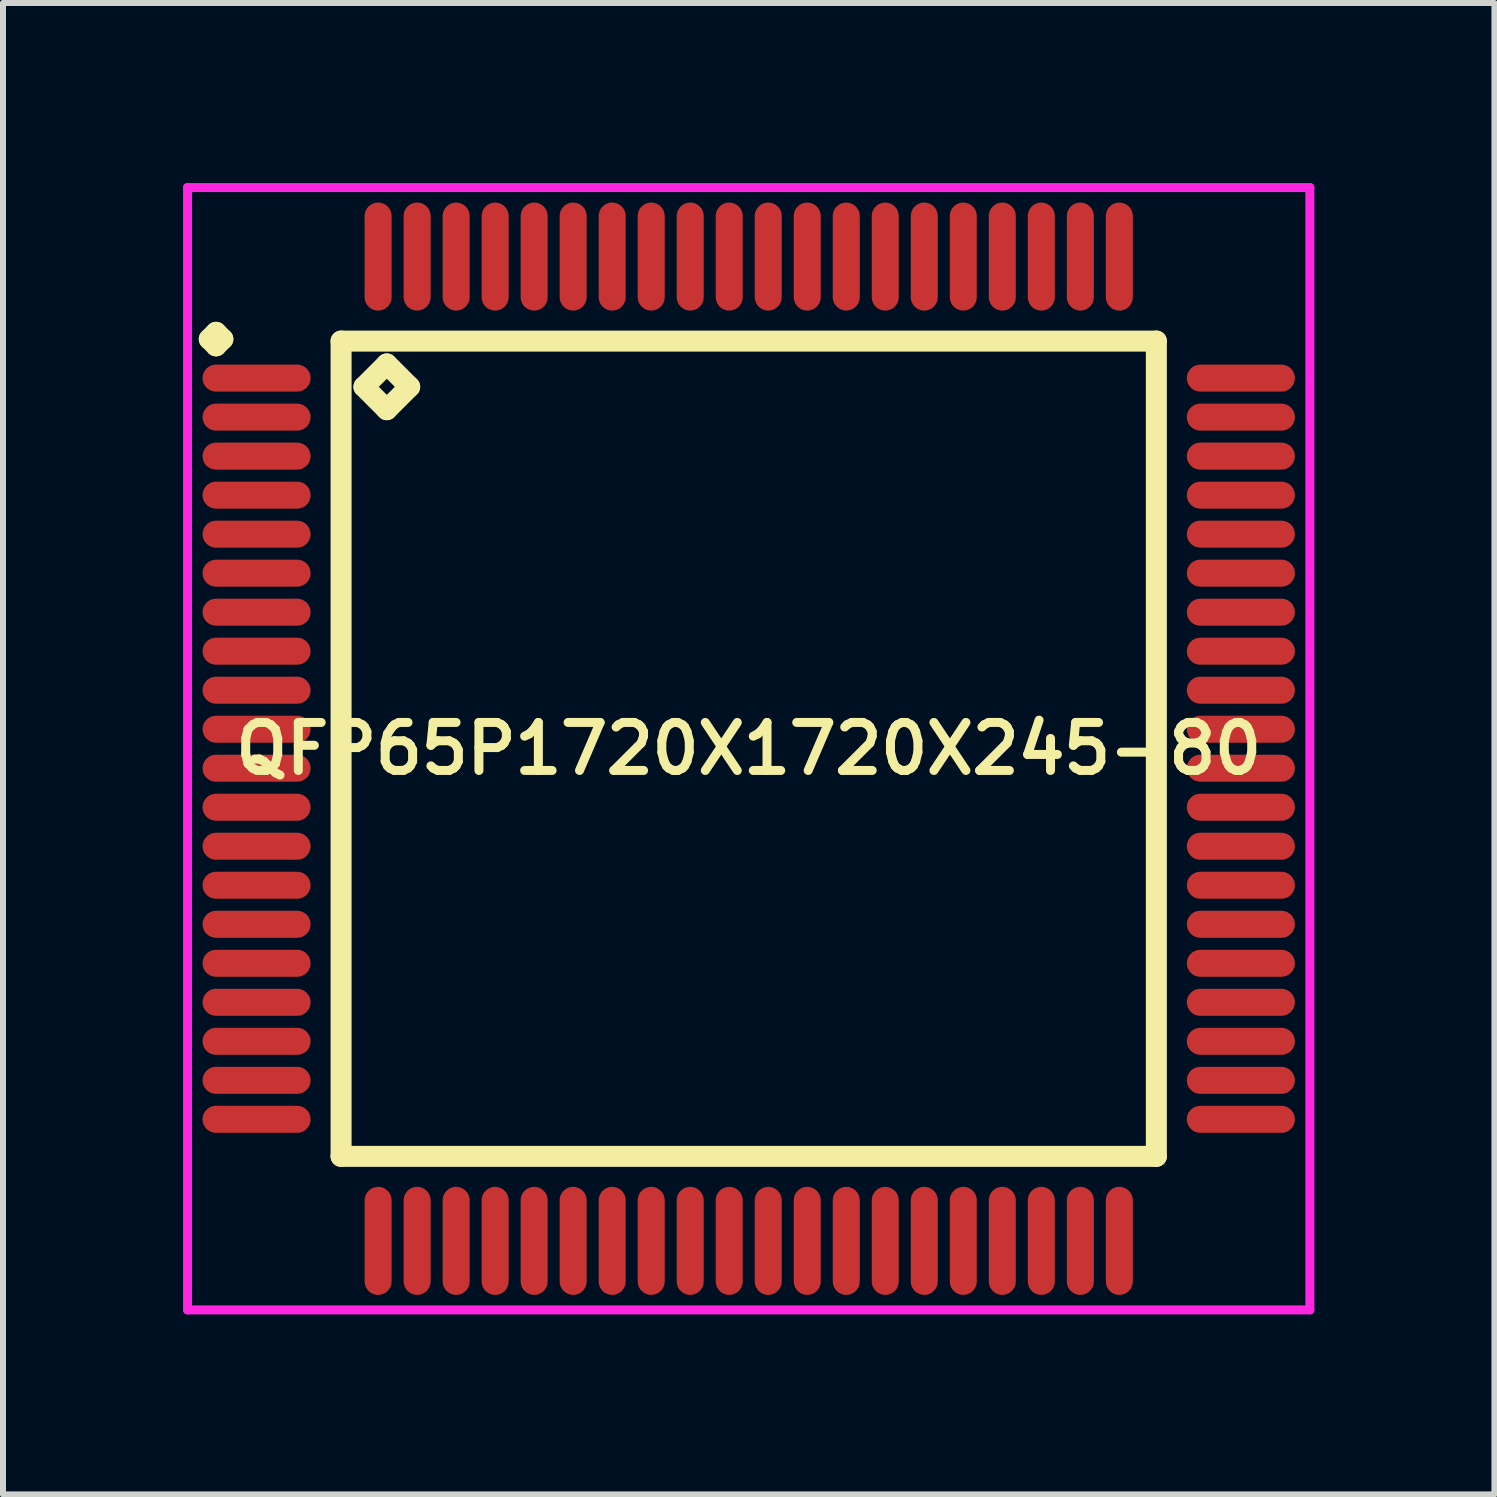
<source format=kicad_pcb>
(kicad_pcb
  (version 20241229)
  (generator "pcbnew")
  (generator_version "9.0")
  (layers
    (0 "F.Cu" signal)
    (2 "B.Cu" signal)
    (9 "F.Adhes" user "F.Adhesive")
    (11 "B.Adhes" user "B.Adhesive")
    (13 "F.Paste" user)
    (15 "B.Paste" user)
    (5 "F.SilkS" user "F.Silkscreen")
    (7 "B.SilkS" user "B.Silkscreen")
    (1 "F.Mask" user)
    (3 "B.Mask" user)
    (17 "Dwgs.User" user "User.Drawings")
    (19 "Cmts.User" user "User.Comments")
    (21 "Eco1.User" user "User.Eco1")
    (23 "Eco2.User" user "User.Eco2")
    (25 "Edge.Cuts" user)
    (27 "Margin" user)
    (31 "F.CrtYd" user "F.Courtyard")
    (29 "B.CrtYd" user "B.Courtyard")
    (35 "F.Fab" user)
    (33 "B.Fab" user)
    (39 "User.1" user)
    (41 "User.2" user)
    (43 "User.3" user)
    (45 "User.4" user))
  (footprint "QFP65P1720X1720X245-80"
    (layer "F.Cu")
    (at 9.425 9.425)
    (property "Reference" "QFP65P1720X1720X245-80" (at 0 0 0) (layer "F.SilkS") (effects (font (size 0.8 0.8) (thickness 0.15))))
    (attr smd)
    (fp_line (start -8.988 -6.825) (end -8.875 -6.938) (stroke (width 0.35) (type solid)) (layer "F.SilkS"))
    (fp_line (start -8.875 -6.938) (end -8.762 -6.825) (stroke (width 0.35) (type solid)) (layer "F.SilkS"))
    (fp_line (start -8.875 -6.713) (end -8.988 -6.825) (stroke (width 0.35) (type solid)) (layer "F.SilkS"))
    (fp_line (start -8.762 -6.825) (end -8.875 -6.713) (stroke (width 0.35) (type solid)) (layer "F.SilkS"))
    (fp_line (start -6.792 -6.792) (end -6.792 6.792) (stroke (width 0.35) (type solid)) (layer "F.SilkS"))
    (fp_line (start -6.792 6.792) (end 6.792 6.792) (stroke (width 0.35) (type solid)) (layer "F.SilkS"))
    (fp_line (start -6.411 -6.03) (end -6.03 -6.411) (stroke (width 0.35) (type solid)) (layer "F.SilkS"))
    (fp_line (start -6.03 -6.411) (end -5.649 -6.03) (stroke (width 0.35) (type solid)) (layer "F.SilkS"))
    (fp_line (start -6.03 -5.649) (end -6.411 -6.03) (stroke (width 0.35) (type solid)) (layer "F.SilkS"))
    (fp_line (start -5.649 -6.03) (end -6.03 -5.649) (stroke (width 0.35) (type solid)) (layer "F.SilkS"))
    (fp_line (start 6.792 -6.792) (end -6.792 -6.792) (stroke (width 0.35) (type solid)) (layer "F.SilkS"))
    (fp_line (start 6.792 6.792) (end 6.792 -6.792) (stroke (width 0.35) (type solid)) (layer "F.SilkS"))
    (fp_line (start -9.35 -9.35) (end 9.35 -9.35) (stroke (width 0.15) (type solid)) (layer "F.CrtYd"))
    (fp_line (start -9.35 9.35) (end -9.35 -9.35) (stroke (width 0.15) (type solid)) (layer "F.CrtYd"))
    (fp_line (start 9.35 -9.35) (end 9.35 9.35) (stroke (width 0.15) (type solid)) (layer "F.CrtYd"))
    (fp_line (start 9.35 9.35) (end -9.35 9.35) (stroke (width 0.15) (type solid)) (layer "F.CrtYd"))
    (pad "1" smd oval (at -8.2 -6.175) (size 1.8 0.45) (layers "F.Cu" "F.Mask" "F.Paste"))
    (pad "2" smd oval (at -8.2 -5.525) (size 1.8 0.45) (layers "F.Cu" "F.Mask" "F.Paste"))
    (pad "3" smd oval (at -8.2 -4.875) (size 1.8 0.45) (layers "F.Cu" "F.Mask" "F.Paste"))
    (pad "4" smd oval (at -8.2 -4.225) (size 1.8 0.45) (layers "F.Cu" "F.Mask" "F.Paste"))
    (pad "5" smd oval (at -8.2 -3.575) (size 1.8 0.45) (layers "F.Cu" "F.Mask" "F.Paste"))
    (pad "6" smd oval (at -8.2 -2.925) (size 1.8 0.45) (layers "F.Cu" "F.Mask" "F.Paste"))
    (pad "7" smd oval (at -8.2 -2.275) (size 1.8 0.45) (layers "F.Cu" "F.Mask" "F.Paste"))
    (pad "8" smd oval (at -8.2 -1.625) (size 1.8 0.45) (layers "F.Cu" "F.Mask" "F.Paste"))
    (pad "9" smd oval (at -8.2 -0.975) (size 1.8 0.45) (layers "F.Cu" "F.Mask" "F.Paste"))
    (pad "10" smd oval (at -8.2 -0.325) (size 1.8 0.45) (layers "F.Cu" "F.Mask" "F.Paste"))
    (pad "11" smd oval (at -8.2 0.325) (size 1.8 0.45) (layers "F.Cu" "F.Mask" "F.Paste"))
    (pad "12" smd oval (at -8.2 0.975) (size 1.8 0.45) (layers "F.Cu" "F.Mask" "F.Paste"))
    (pad "13" smd oval (at -8.2 1.625) (size 1.8 0.45) (layers "F.Cu" "F.Mask" "F.Paste"))
    (pad "14" smd oval (at -8.2 2.275) (size 1.8 0.45) (layers "F.Cu" "F.Mask" "F.Paste"))
    (pad "15" smd oval (at -8.2 2.925) (size 1.8 0.45) (layers "F.Cu" "F.Mask" "F.Paste"))
    (pad "16" smd oval (at -8.2 3.575) (size 1.8 0.45) (layers "F.Cu" "F.Mask" "F.Paste"))
    (pad "17" smd oval (at -8.2 4.225) (size 1.8 0.45) (layers "F.Cu" "F.Mask" "F.Paste"))
    (pad "18" smd oval (at -8.2 4.875) (size 1.8 0.45) (layers "F.Cu" "F.Mask" "F.Paste"))
    (pad "19" smd oval (at -8.2 5.525) (size 1.8 0.45) (layers "F.Cu" "F.Mask" "F.Paste"))
    (pad "20" smd oval (at -8.2 6.175) (size 1.8 0.45) (layers "F.Cu" "F.Mask" "F.Paste"))
    (pad "21" smd oval (at -6.175 8.2) (size 0.45 1.8) (layers "F.Cu" "F.Mask" "F.Paste"))
    (pad "22" smd oval (at -5.525 8.2) (size 0.45 1.8) (layers "F.Cu" "F.Mask" "F.Paste"))
    (pad "23" smd oval (at -4.875 8.2) (size 0.45 1.8) (layers "F.Cu" "F.Mask" "F.Paste"))
    (pad "24" smd oval (at -4.225 8.2) (size 0.45 1.8) (layers "F.Cu" "F.Mask" "F.Paste"))
    (pad "25" smd oval (at -3.575 8.2) (size 0.45 1.8) (layers "F.Cu" "F.Mask" "F.Paste"))
    (pad "26" smd oval (at -2.925 8.2) (size 0.45 1.8) (layers "F.Cu" "F.Mask" "F.Paste"))
    (pad "27" smd oval (at -2.275 8.2) (size 0.45 1.8) (layers "F.Cu" "F.Mask" "F.Paste"))
    (pad "28" smd oval (at -1.625 8.2) (size 0.45 1.8) (layers "F.Cu" "F.Mask" "F.Paste"))
    (pad "29" smd oval (at -0.975 8.2) (size 0.45 1.8) (layers "F.Cu" "F.Mask" "F.Paste"))
    (pad "30" smd oval (at -0.325 8.2) (size 0.45 1.8) (layers "F.Cu" "F.Mask" "F.Paste"))
    (pad "31" smd oval (at 0.325 8.2) (size 0.45 1.8) (layers "F.Cu" "F.Mask" "F.Paste"))
    (pad "32" smd oval (at 0.975 8.2) (size 0.45 1.8) (layers "F.Cu" "F.Mask" "F.Paste"))
    (pad "33" smd oval (at 1.625 8.2) (size 0.45 1.8) (layers "F.Cu" "F.Mask" "F.Paste"))
    (pad "34" smd oval (at 2.275 8.2) (size 0.45 1.8) (layers "F.Cu" "F.Mask" "F.Paste"))
    (pad "35" smd oval (at 2.925 8.2) (size 0.45 1.8) (layers "F.Cu" "F.Mask" "F.Paste"))
    (pad "36" smd oval (at 3.575 8.2) (size 0.45 1.8) (layers "F.Cu" "F.Mask" "F.Paste"))
    (pad "37" smd oval (at 4.225 8.2) (size 0.45 1.8) (layers "F.Cu" "F.Mask" "F.Paste"))
    (pad "38" smd oval (at 4.875 8.2) (size 0.45 1.8) (layers "F.Cu" "F.Mask" "F.Paste"))
    (pad "39" smd oval (at 5.525 8.2) (size 0.45 1.8) (layers "F.Cu" "F.Mask" "F.Paste"))
    (pad "40" smd oval (at 6.175 8.2) (size 0.45 1.8) (layers "F.Cu" "F.Mask" "F.Paste"))
    (pad "41" smd oval (at 8.2 6.175) (size 1.8 0.45) (layers "F.Cu" "F.Mask" "F.Paste"))
    (pad "42" smd oval (at 8.2 5.525) (size 1.8 0.45) (layers "F.Cu" "F.Mask" "F.Paste"))
    (pad "43" smd oval (at 8.2 4.875) (size 1.8 0.45) (layers "F.Cu" "F.Mask" "F.Paste"))
    (pad "44" smd oval (at 8.2 4.225) (size 1.8 0.45) (layers "F.Cu" "F.Mask" "F.Paste"))
    (pad "45" smd oval (at 8.2 3.575) (size 1.8 0.45) (layers "F.Cu" "F.Mask" "F.Paste"))
    (pad "46" smd oval (at 8.2 2.925) (size 1.8 0.45) (layers "F.Cu" "F.Mask" "F.Paste"))
    (pad "47" smd oval (at 8.2 2.275) (size 1.8 0.45) (layers "F.Cu" "F.Mask" "F.Paste"))
    (pad "48" smd oval (at 8.2 1.625) (size 1.8 0.45) (layers "F.Cu" "F.Mask" "F.Paste"))
    (pad "49" smd oval (at 8.2 0.975) (size 1.8 0.45) (layers "F.Cu" "F.Mask" "F.Paste"))
    (pad "50" smd oval (at 8.2 0.325) (size 1.8 0.45) (layers "F.Cu" "F.Mask" "F.Paste"))
    (pad "51" smd oval (at 8.2 -0.325) (size 1.8 0.45) (layers "F.Cu" "F.Mask" "F.Paste"))
    (pad "52" smd oval (at 8.2 -0.975) (size 1.8 0.45) (layers "F.Cu" "F.Mask" "F.Paste"))
    (pad "53" smd oval (at 8.2 -1.625) (size 1.8 0.45) (layers "F.Cu" "F.Mask" "F.Paste"))
    (pad "54" smd oval (at 8.2 -2.275) (size 1.8 0.45) (layers "F.Cu" "F.Mask" "F.Paste"))
    (pad "55" smd oval (at 8.2 -2.925) (size 1.8 0.45) (layers "F.Cu" "F.Mask" "F.Paste"))
    (pad "56" smd oval (at 8.2 -3.575) (size 1.8 0.45) (layers "F.Cu" "F.Mask" "F.Paste"))
    (pad "57" smd oval (at 8.2 -4.225) (size 1.8 0.45) (layers "F.Cu" "F.Mask" "F.Paste"))
    (pad "58" smd oval (at 8.2 -4.875) (size 1.8 0.45) (layers "F.Cu" "F.Mask" "F.Paste"))
    (pad "59" smd oval (at 8.2 -5.525) (size 1.8 0.45) (layers "F.Cu" "F.Mask" "F.Paste"))
    (pad "60" smd oval (at 8.2 -6.175) (size 1.8 0.45) (layers "F.Cu" "F.Mask" "F.Paste"))
    (pad "61" smd oval (at 6.175 -8.2) (size 0.45 1.8) (layers "F.Cu" "F.Mask" "F.Paste"))
    (pad "62" smd oval (at 5.525 -8.2) (size 0.45 1.8) (layers "F.Cu" "F.Mask" "F.Paste"))
    (pad "63" smd oval (at 4.875 -8.2) (size 0.45 1.8) (layers "F.Cu" "F.Mask" "F.Paste"))
    (pad "64" smd oval (at 4.225 -8.2) (size 0.45 1.8) (layers "F.Cu" "F.Mask" "F.Paste"))
    (pad "65" smd oval (at 3.575 -8.2) (size 0.45 1.8) (layers "F.Cu" "F.Mask" "F.Paste"))
    (pad "66" smd oval (at 2.925 -8.2) (size 0.45 1.8) (layers "F.Cu" "F.Mask" "F.Paste"))
    (pad "67" smd oval (at 2.275 -8.2) (size 0.45 1.8) (layers "F.Cu" "F.Mask" "F.Paste"))
    (pad "68" smd oval (at 1.625 -8.2) (size 0.45 1.8) (layers "F.Cu" "F.Mask" "F.Paste"))
    (pad "69" smd oval (at 0.975 -8.2) (size 0.45 1.8) (layers "F.Cu" "F.Mask" "F.Paste"))
    (pad "70" smd oval (at 0.325 -8.2) (size 0.45 1.8) (layers "F.Cu" "F.Mask" "F.Paste"))
    (pad "71" smd oval (at -0.325 -8.2) (size 0.45 1.8) (layers "F.Cu" "F.Mask" "F.Paste"))
    (pad "72" smd oval (at -0.975 -8.2) (size 0.45 1.8) (layers "F.Cu" "F.Mask" "F.Paste"))
    (pad "73" smd oval (at -1.625 -8.2) (size 0.45 1.8) (layers "F.Cu" "F.Mask" "F.Paste"))
    (pad "74" smd oval (at -2.275 -8.2) (size 0.45 1.8) (layers "F.Cu" "F.Mask" "F.Paste"))
    (pad "75" smd oval (at -2.925 -8.2) (size 0.45 1.8) (layers "F.Cu" "F.Mask" "F.Paste"))
    (pad "76" smd oval (at -3.575 -8.2) (size 0.45 1.8) (layers "F.Cu" "F.Mask" "F.Paste"))
    (pad "77" smd oval (at -4.225 -8.2) (size 0.45 1.8) (layers "F.Cu" "F.Mask" "F.Paste"))
    (pad "78" smd oval (at -4.875 -8.2) (size 0.45 1.8) (layers "F.Cu" "F.Mask" "F.Paste"))
    (pad "79" smd oval (at -5.525 -8.2) (size 0.45 1.8) (layers "F.Cu" "F.Mask" "F.Paste"))
    (pad "80" smd oval (at -6.175 -8.2) (size 0.45 1.8) (layers "F.Cu" "F.Mask" "F.Paste")))
  (gr_rect
    (start -3 -3)
    (end 21.85 21.85)
    (stroke (width 0.1) (type default))
    (fill no)
    (layer "Edge.Cuts")))
</source>
